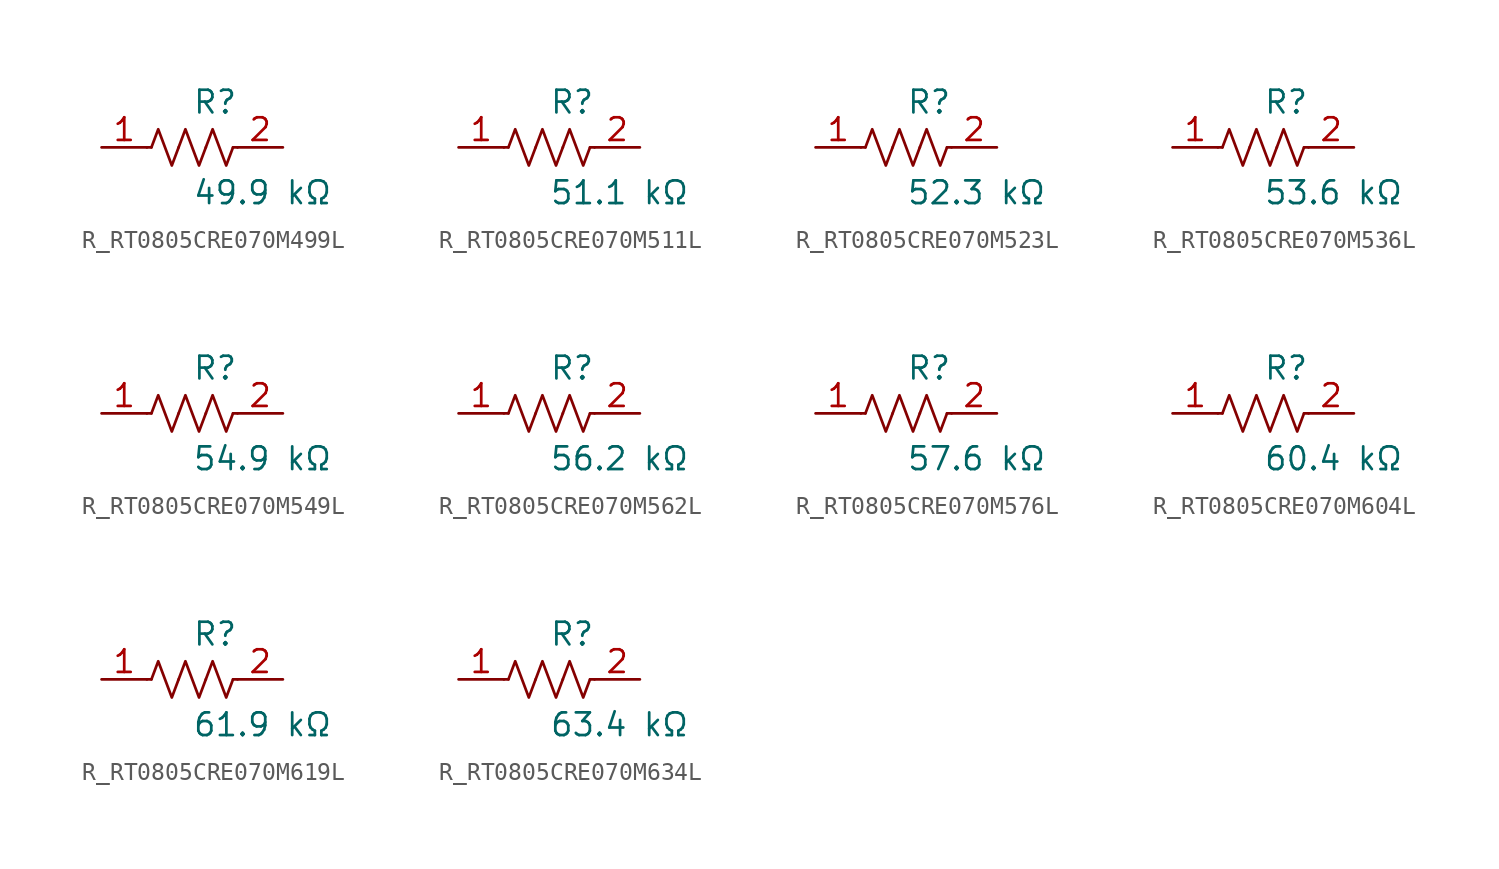
<source format=kicad_sym>
(kicad_symbol_lib
  (version 20231120)
  (generator kicad_symbol_editor)
  (generator_version 8.0)
  (symbol "R_RT0805CRE070M499L"
    (pin_names
      (offset 0.254))
    (property "Reference" "R"
      (at 0.0 2.54 0)
      (effects (font (size 1.27 1.27)) (justify left)))
    (property "Value" "49.9 kΩ"
      (at 0.0 -2.54 0)
      (effects (font (size 1.27 1.27)) (justify left)))
    (symbol "R_RT0805CRE070M499L_0_1"
      (polyline (pts (xy 2.286 0) (xy 2.54 0)) (stroke (width 0) (type default)) (fill (type none)))
      (polyline (pts (xy -2.286 0) (xy -2.54 0)) (stroke (width 0) (type default)) (fill (type none)))
      (polyline (pts (xy 0.762 0) (xy 1.143 1.016) (xy 1.524 0) (xy 1.905 -1.016) (xy 2.286 0)) (stroke (width 0) (type default)) (fill (type none)))
      (polyline (pts (xy -0.762 0) (xy -0.381 1.016) (xy 0 0) (xy 0.381 -1.016) (xy 0.762 0)) (stroke (width 0) (type default)) (fill (type none)))
      (polyline (pts (xy -2.286 0) (xy -1.905 1.016) (xy -1.524 0) (xy -1.143 -1.016) (xy -0.762 0)) (stroke (width 0) (type default)) (fill (type none))))
    (pin unspecified line
      (at -5.08 0 0)
      (length 2.54)
      (name "" (effects (font (size 1.27 1.27))))
      (number "1" (effects (font (size 1.27 1.27)))))
    (pin unspecified line
      (at 5.08 0 180)
      (length 2.54)
      (name "" (effects (font (size 1.27 1.27))))
      (number "2" (effects (font (size 1.27 1.27))))))
  (symbol "R_RT0805CRE070M511L"
    (pin_names
      (offset 0.254))
    (property "Reference" "R"
      (at 0.0 2.54 0)
      (effects (font (size 1.27 1.27)) (justify left)))
    (property "Value" "51.1 kΩ"
      (at 0.0 -2.54 0)
      (effects (font (size 1.27 1.27)) (justify left)))
    (symbol "R_RT0805CRE070M511L_0_1"
      (polyline (pts (xy 2.286 0) (xy 2.54 0)) (stroke (width 0) (type default)) (fill (type none)))
      (polyline (pts (xy -2.286 0) (xy -2.54 0)) (stroke (width 0) (type default)) (fill (type none)))
      (polyline (pts (xy 0.762 0) (xy 1.143 1.016) (xy 1.524 0) (xy 1.905 -1.016) (xy 2.286 0)) (stroke (width 0) (type default)) (fill (type none)))
      (polyline (pts (xy -0.762 0) (xy -0.381 1.016) (xy 0 0) (xy 0.381 -1.016) (xy 0.762 0)) (stroke (width 0) (type default)) (fill (type none)))
      (polyline (pts (xy -2.286 0) (xy -1.905 1.016) (xy -1.524 0) (xy -1.143 -1.016) (xy -0.762 0)) (stroke (width 0) (type default)) (fill (type none))))
    (pin unspecified line
      (at -5.08 0 0)
      (length 2.54)
      (name "" (effects (font (size 1.27 1.27))))
      (number "1" (effects (font (size 1.27 1.27)))))
    (pin unspecified line
      (at 5.08 0 180)
      (length 2.54)
      (name "" (effects (font (size 1.27 1.27))))
      (number "2" (effects (font (size 1.27 1.27))))))
  (symbol "R_RT0805CRE070M523L"
    (pin_names
      (offset 0.254))
    (property "Reference" "R"
      (at 0.0 2.54 0)
      (effects (font (size 1.27 1.27)) (justify left)))
    (property "Value" "52.3 kΩ"
      (at 0.0 -2.54 0)
      (effects (font (size 1.27 1.27)) (justify left)))
    (symbol "R_RT0805CRE070M523L_0_1"
      (polyline (pts (xy 2.286 0) (xy 2.54 0)) (stroke (width 0) (type default)) (fill (type none)))
      (polyline (pts (xy -2.286 0) (xy -2.54 0)) (stroke (width 0) (type default)) (fill (type none)))
      (polyline (pts (xy 0.762 0) (xy 1.143 1.016) (xy 1.524 0) (xy 1.905 -1.016) (xy 2.286 0)) (stroke (width 0) (type default)) (fill (type none)))
      (polyline (pts (xy -0.762 0) (xy -0.381 1.016) (xy 0 0) (xy 0.381 -1.016) (xy 0.762 0)) (stroke (width 0) (type default)) (fill (type none)))
      (polyline (pts (xy -2.286 0) (xy -1.905 1.016) (xy -1.524 0) (xy -1.143 -1.016) (xy -0.762 0)) (stroke (width 0) (type default)) (fill (type none))))
    (pin unspecified line
      (at -5.08 0 0)
      (length 2.54)
      (name "" (effects (font (size 1.27 1.27))))
      (number "1" (effects (font (size 1.27 1.27)))))
    (pin unspecified line
      (at 5.08 0 180)
      (length 2.54)
      (name "" (effects (font (size 1.27 1.27))))
      (number "2" (effects (font (size 1.27 1.27))))))
  (symbol "R_RT0805CRE070M536L"
    (pin_names
      (offset 0.254))
    (property "Reference" "R"
      (at 0.0 2.54 0)
      (effects (font (size 1.27 1.27)) (justify left)))
    (property "Value" "53.6 kΩ"
      (at 0.0 -2.54 0)
      (effects (font (size 1.27 1.27)) (justify left)))
    (symbol "R_RT0805CRE070M536L_0_1"
      (polyline (pts (xy 2.286 0) (xy 2.54 0)) (stroke (width 0) (type default)) (fill (type none)))
      (polyline (pts (xy -2.286 0) (xy -2.54 0)) (stroke (width 0) (type default)) (fill (type none)))
      (polyline (pts (xy 0.762 0) (xy 1.143 1.016) (xy 1.524 0) (xy 1.905 -1.016) (xy 2.286 0)) (stroke (width 0) (type default)) (fill (type none)))
      (polyline (pts (xy -0.762 0) (xy -0.381 1.016) (xy 0 0) (xy 0.381 -1.016) (xy 0.762 0)) (stroke (width 0) (type default)) (fill (type none)))
      (polyline (pts (xy -2.286 0) (xy -1.905 1.016) (xy -1.524 0) (xy -1.143 -1.016) (xy -0.762 0)) (stroke (width 0) (type default)) (fill (type none))))
    (pin unspecified line
      (at -5.08 0 0)
      (length 2.54)
      (name "" (effects (font (size 1.27 1.27))))
      (number "1" (effects (font (size 1.27 1.27)))))
    (pin unspecified line
      (at 5.08 0 180)
      (length 2.54)
      (name "" (effects (font (size 1.27 1.27))))
      (number "2" (effects (font (size 1.27 1.27))))))
  (symbol "R_RT0805CRE070M549L"
    (pin_names
      (offset 0.254))
    (property "Reference" "R"
      (at 0.0 2.54 0)
      (effects (font (size 1.27 1.27)) (justify left)))
    (property "Value" "54.9 kΩ"
      (at 0.0 -2.54 0)
      (effects (font (size 1.27 1.27)) (justify left)))
    (symbol "R_RT0805CRE070M549L_0_1"
      (polyline (pts (xy 2.286 0) (xy 2.54 0)) (stroke (width 0) (type default)) (fill (type none)))
      (polyline (pts (xy -2.286 0) (xy -2.54 0)) (stroke (width 0) (type default)) (fill (type none)))
      (polyline (pts (xy 0.762 0) (xy 1.143 1.016) (xy 1.524 0) (xy 1.905 -1.016) (xy 2.286 0)) (stroke (width 0) (type default)) (fill (type none)))
      (polyline (pts (xy -0.762 0) (xy -0.381 1.016) (xy 0 0) (xy 0.381 -1.016) (xy 0.762 0)) (stroke (width 0) (type default)) (fill (type none)))
      (polyline (pts (xy -2.286 0) (xy -1.905 1.016) (xy -1.524 0) (xy -1.143 -1.016) (xy -0.762 0)) (stroke (width 0) (type default)) (fill (type none))))
    (pin unspecified line
      (at -5.08 0 0)
      (length 2.54)
      (name "" (effects (font (size 1.27 1.27))))
      (number "1" (effects (font (size 1.27 1.27)))))
    (pin unspecified line
      (at 5.08 0 180)
      (length 2.54)
      (name "" (effects (font (size 1.27 1.27))))
      (number "2" (effects (font (size 1.27 1.27))))))
  (symbol "R_RT0805CRE070M562L"
    (pin_names
      (offset 0.254))
    (property "Reference" "R"
      (at 0.0 2.54 0)
      (effects (font (size 1.27 1.27)) (justify left)))
    (property "Value" "56.2 kΩ"
      (at 0.0 -2.54 0)
      (effects (font (size 1.27 1.27)) (justify left)))
    (symbol "R_RT0805CRE070M562L_0_1"
      (polyline (pts (xy 2.286 0) (xy 2.54 0)) (stroke (width 0) (type default)) (fill (type none)))
      (polyline (pts (xy -2.286 0) (xy -2.54 0)) (stroke (width 0) (type default)) (fill (type none)))
      (polyline (pts (xy 0.762 0) (xy 1.143 1.016) (xy 1.524 0) (xy 1.905 -1.016) (xy 2.286 0)) (stroke (width 0) (type default)) (fill (type none)))
      (polyline (pts (xy -0.762 0) (xy -0.381 1.016) (xy 0 0) (xy 0.381 -1.016) (xy 0.762 0)) (stroke (width 0) (type default)) (fill (type none)))
      (polyline (pts (xy -2.286 0) (xy -1.905 1.016) (xy -1.524 0) (xy -1.143 -1.016) (xy -0.762 0)) (stroke (width 0) (type default)) (fill (type none))))
    (pin unspecified line
      (at -5.08 0 0)
      (length 2.54)
      (name "" (effects (font (size 1.27 1.27))))
      (number "1" (effects (font (size 1.27 1.27)))))
    (pin unspecified line
      (at 5.08 0 180)
      (length 2.54)
      (name "" (effects (font (size 1.27 1.27))))
      (number "2" (effects (font (size 1.27 1.27))))))
  (symbol "R_RT0805CRE070M576L"
    (pin_names
      (offset 0.254))
    (property "Reference" "R"
      (at 0.0 2.54 0)
      (effects (font (size 1.27 1.27)) (justify left)))
    (property "Value" "57.6 kΩ"
      (at 0.0 -2.54 0)
      (effects (font (size 1.27 1.27)) (justify left)))
    (symbol "R_RT0805CRE070M576L_0_1"
      (polyline (pts (xy 2.286 0) (xy 2.54 0)) (stroke (width 0) (type default)) (fill (type none)))
      (polyline (pts (xy -2.286 0) (xy -2.54 0)) (stroke (width 0) (type default)) (fill (type none)))
      (polyline (pts (xy 0.762 0) (xy 1.143 1.016) (xy 1.524 0) (xy 1.905 -1.016) (xy 2.286 0)) (stroke (width 0) (type default)) (fill (type none)))
      (polyline (pts (xy -0.762 0) (xy -0.381 1.016) (xy 0 0) (xy 0.381 -1.016) (xy 0.762 0)) (stroke (width 0) (type default)) (fill (type none)))
      (polyline (pts (xy -2.286 0) (xy -1.905 1.016) (xy -1.524 0) (xy -1.143 -1.016) (xy -0.762 0)) (stroke (width 0) (type default)) (fill (type none))))
    (pin unspecified line
      (at -5.08 0 0)
      (length 2.54)
      (name "" (effects (font (size 1.27 1.27))))
      (number "1" (effects (font (size 1.27 1.27)))))
    (pin unspecified line
      (at 5.08 0 180)
      (length 2.54)
      (name "" (effects (font (size 1.27 1.27))))
      (number "2" (effects (font (size 1.27 1.27))))))
  (symbol "R_RT0805CRE070M604L"
    (pin_names
      (offset 0.254))
    (property "Reference" "R"
      (at 0.0 2.54 0)
      (effects (font (size 1.27 1.27)) (justify left)))
    (property "Value" "60.4 kΩ"
      (at 0.0 -2.54 0)
      (effects (font (size 1.27 1.27)) (justify left)))
    (symbol "R_RT0805CRE070M604L_0_1"
      (polyline (pts (xy 2.286 0) (xy 2.54 0)) (stroke (width 0) (type default)) (fill (type none)))
      (polyline (pts (xy -2.286 0) (xy -2.54 0)) (stroke (width 0) (type default)) (fill (type none)))
      (polyline (pts (xy 0.762 0) (xy 1.143 1.016) (xy 1.524 0) (xy 1.905 -1.016) (xy 2.286 0)) (stroke (width 0) (type default)) (fill (type none)))
      (polyline (pts (xy -0.762 0) (xy -0.381 1.016) (xy 0 0) (xy 0.381 -1.016) (xy 0.762 0)) (stroke (width 0) (type default)) (fill (type none)))
      (polyline (pts (xy -2.286 0) (xy -1.905 1.016) (xy -1.524 0) (xy -1.143 -1.016) (xy -0.762 0)) (stroke (width 0) (type default)) (fill (type none))))
    (pin unspecified line
      (at -5.08 0 0)
      (length 2.54)
      (name "" (effects (font (size 1.27 1.27))))
      (number "1" (effects (font (size 1.27 1.27)))))
    (pin unspecified line
      (at 5.08 0 180)
      (length 2.54)
      (name "" (effects (font (size 1.27 1.27))))
      (number "2" (effects (font (size 1.27 1.27))))))
  (symbol "R_RT0805CRE070M619L"
    (pin_names
      (offset 0.254))
    (property "Reference" "R"
      (at 0.0 2.54 0)
      (effects (font (size 1.27 1.27)) (justify left)))
    (property "Value" "61.9 kΩ"
      (at 0.0 -2.54 0)
      (effects (font (size 1.27 1.27)) (justify left)))
    (symbol "R_RT0805CRE070M619L_0_1"
      (polyline (pts (xy 2.286 0) (xy 2.54 0)) (stroke (width 0) (type default)) (fill (type none)))
      (polyline (pts (xy -2.286 0) (xy -2.54 0)) (stroke (width 0) (type default)) (fill (type none)))
      (polyline (pts (xy 0.762 0) (xy 1.143 1.016) (xy 1.524 0) (xy 1.905 -1.016) (xy 2.286 0)) (stroke (width 0) (type default)) (fill (type none)))
      (polyline (pts (xy -0.762 0) (xy -0.381 1.016) (xy 0 0) (xy 0.381 -1.016) (xy 0.762 0)) (stroke (width 0) (type default)) (fill (type none)))
      (polyline (pts (xy -2.286 0) (xy -1.905 1.016) (xy -1.524 0) (xy -1.143 -1.016) (xy -0.762 0)) (stroke (width 0) (type default)) (fill (type none))))
    (pin unspecified line
      (at -5.08 0 0)
      (length 2.54)
      (name "" (effects (font (size 1.27 1.27))))
      (number "1" (effects (font (size 1.27 1.27)))))
    (pin unspecified line
      (at 5.08 0 180)
      (length 2.54)
      (name "" (effects (font (size 1.27 1.27))))
      (number "2" (effects (font (size 1.27 1.27))))))
  (symbol "R_RT0805CRE070M634L"
    (pin_names
      (offset 0.254))
    (property "Reference" "R"
      (at 0.0 2.54 0)
      (effects (font (size 1.27 1.27)) (justify left)))
    (property "Value" "63.4 kΩ"
      (at 0.0 -2.54 0)
      (effects (font (size 1.27 1.27)) (justify left)))
    (symbol "R_RT0805CRE070M634L_0_1"
      (polyline (pts (xy 2.286 0) (xy 2.54 0)) (stroke (width 0) (type default)) (fill (type none)))
      (polyline (pts (xy -2.286 0) (xy -2.54 0)) (stroke (width 0) (type default)) (fill (type none)))
      (polyline (pts (xy 0.762 0) (xy 1.143 1.016) (xy 1.524 0) (xy 1.905 -1.016) (xy 2.286 0)) (stroke (width 0) (type default)) (fill (type none)))
      (polyline (pts (xy -0.762 0) (xy -0.381 1.016) (xy 0 0) (xy 0.381 -1.016) (xy 0.762 0)) (stroke (width 0) (type default)) (fill (type none)))
      (polyline (pts (xy -2.286 0) (xy -1.905 1.016) (xy -1.524 0) (xy -1.143 -1.016) (xy -0.762 0)) (stroke (width 0) (type default)) (fill (type none))))
    (pin unspecified line
      (at -5.08 0 0)
      (length 2.54)
      (name "" (effects (font (size 1.27 1.27))))
      (number "1" (effects (font (size 1.27 1.27)))))
    (pin unspecified line
      (at 5.08 0 180)
      (length 2.54)
      (name "" (effects (font (size 1.27 1.27))))
      (number "2" (effects (font (size 1.27 1.27)))))))
</source>
